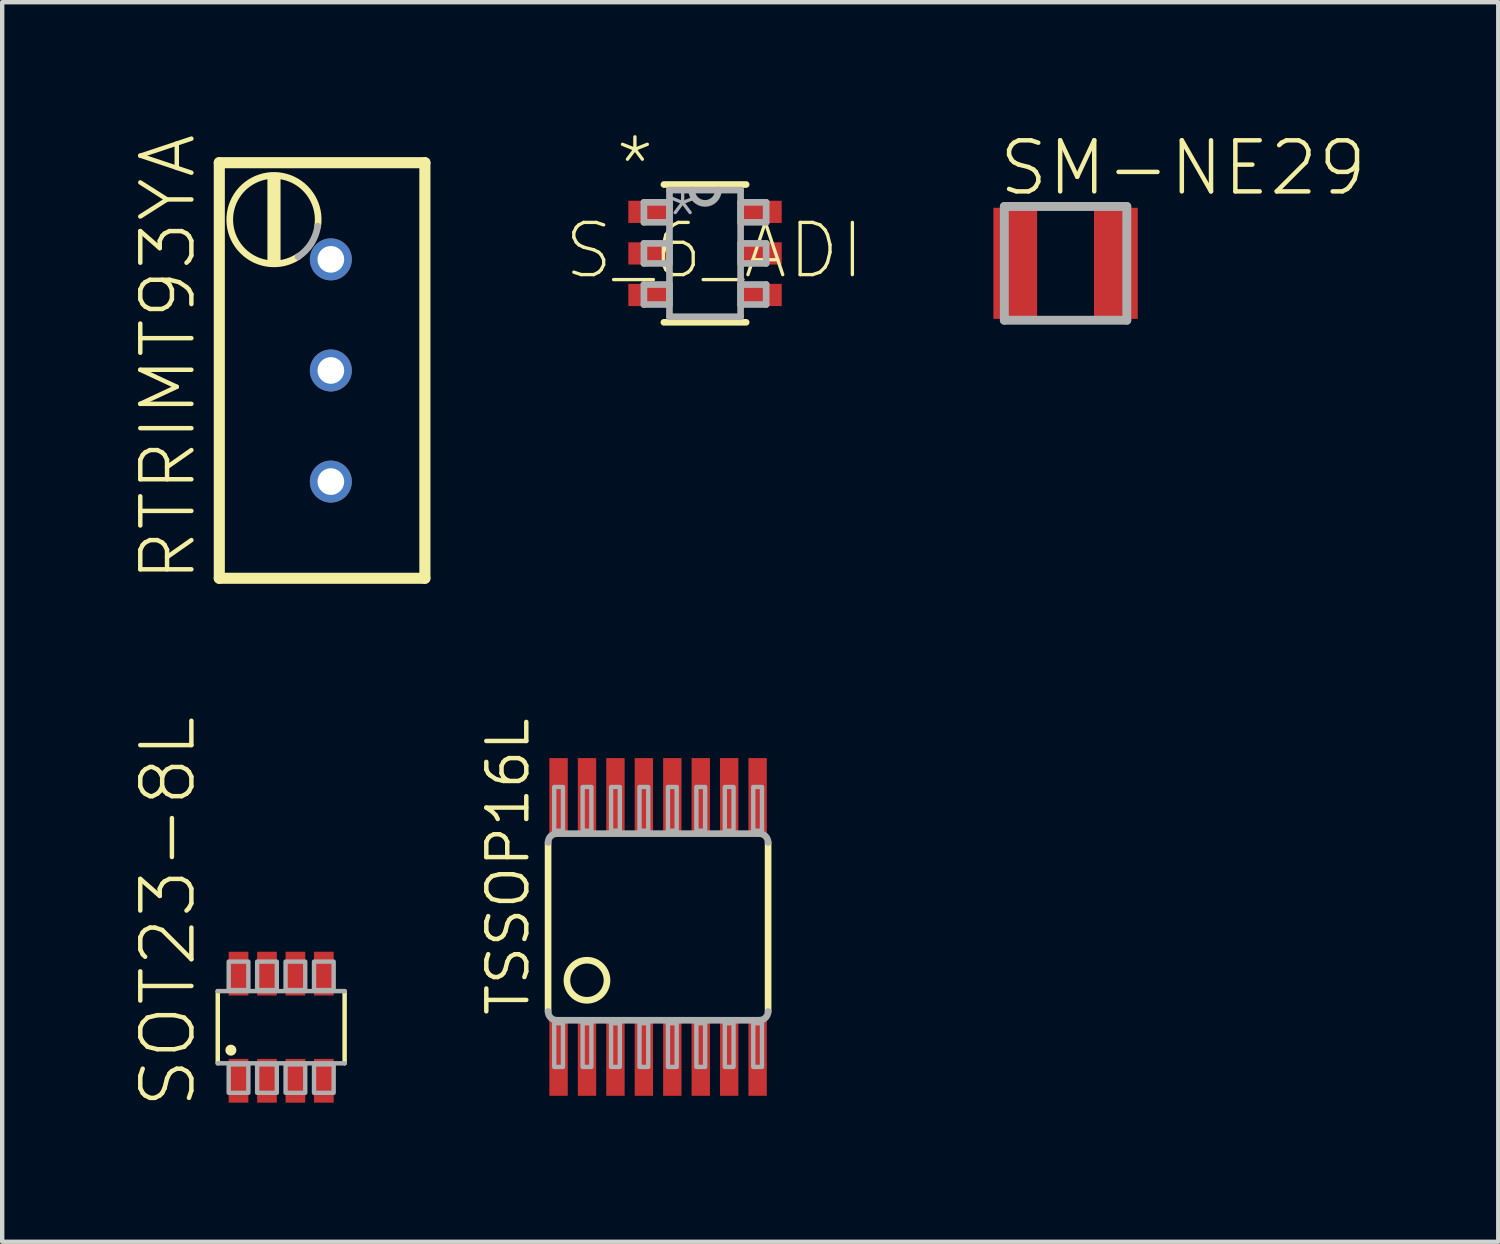
<source format=kicad_pcb>
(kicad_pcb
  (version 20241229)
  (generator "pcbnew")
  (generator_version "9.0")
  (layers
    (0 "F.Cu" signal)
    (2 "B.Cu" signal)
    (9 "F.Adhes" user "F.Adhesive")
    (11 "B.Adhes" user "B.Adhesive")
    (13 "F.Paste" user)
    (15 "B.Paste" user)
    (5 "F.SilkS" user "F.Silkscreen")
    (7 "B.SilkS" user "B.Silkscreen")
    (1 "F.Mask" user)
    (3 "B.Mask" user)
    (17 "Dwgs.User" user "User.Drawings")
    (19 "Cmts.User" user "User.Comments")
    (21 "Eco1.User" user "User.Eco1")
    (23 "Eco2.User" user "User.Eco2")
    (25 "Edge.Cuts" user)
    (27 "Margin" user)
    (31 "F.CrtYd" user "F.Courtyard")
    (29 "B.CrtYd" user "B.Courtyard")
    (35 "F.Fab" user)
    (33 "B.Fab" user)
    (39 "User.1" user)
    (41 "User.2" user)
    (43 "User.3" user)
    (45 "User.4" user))
  (footprint "SM-NE29"
    (layer "F.Cu")
    (at 21.309 2.97)
    (property "Reference" "SM-NE29" (at -1.581 -1.497 0) (layer "F.SilkS") (effects (font (size 1.168 1.168) (thickness 0.102)) (justify left bottom)))
    (fp_line (start -1.4 -1.3) (end 1.4 -1.3) (stroke (width 0.203) (type solid)) (layer "F.Fab"))
    (fp_line (start -1.4 1.3) (end -1.4 -1.3) (stroke (width 0.203) (type solid)) (layer "F.Fab"))
    (fp_line (start 1.4 -1.3) (end 1.4 1.3) (stroke (width 0.203) (type solid)) (layer "F.Fab"))
    (fp_line (start 1.4 1.3) (end -1.4 1.3) (stroke (width 0.203) (type solid)) (layer "F.Fab"))
    (pad "1" smd rect (at -1.15 0) (size 1 2.54) (layers "F.Cu" "F.Mask" "F.Paste"))
    (pad "2" smd rect (at 1.15 0) (size 1 2.54) (layers "F.Cu" "F.Mask" "F.Paste")))
  (footprint "SOT23-8L"
    (layer "F.Cu")
    (at 3.378 20.432)
    (property "Reference" "SOT23-8L" (at -1.905 1.905 90) (layer "F.SilkS") (effects (font (size 1.168 1.168) (thickness 0.102)) (justify left bottom)))
    (fp_line (start -1.45 0.825) (end -1.45 -0.825) (stroke (width 0.102) (type solid)) (layer "F.SilkS"))
    (fp_line (start 1.45 -0.825) (end 1.45 0.825) (stroke (width 0.102) (type solid)) (layer "F.SilkS"))
    (fp_circle (center -1.15 0.525) (end -1.087 0.525) (stroke (width 0.125) (type solid)) (fill yes) (layer "F.SilkS"))
    (fp_line (start -1.45 -0.825) (end 1.45 -0.825) (stroke (width 0.102) (type solid)) (layer "F.Fab"))
    (fp_line (start 1.45 0.825) (end -1.45 0.825) (stroke (width 0.102) (type solid)) (layer "F.Fab"))
    (fp_poly (pts (xy -1.2 1.5) (xy -0.75 1.5) (xy -0.75 0.85) (xy -1.2 0.85)) (stroke (width 0.1) (type default)) (fill no) (layer "F.Fab"))
    (fp_poly (pts (xy -0.75 -1.5) (xy -1.2 -1.5) (xy -1.2 -0.85) (xy -0.75 -0.85)) (stroke (width 0.1) (type default)) (fill no) (layer "F.Fab"))
    (fp_poly (pts (xy -0.55 1.5) (xy -0.1 1.5) (xy -0.1 0.85) (xy -0.55 0.85)) (stroke (width 0.1) (type default)) (fill no) (layer "F.Fab"))
    (fp_poly (pts (xy -0.1 -1.5) (xy -0.55 -1.5) (xy -0.55 -0.85) (xy -0.1 -0.85)) (stroke (width 0.1) (type default)) (fill no) (layer "F.Fab"))
    (fp_poly (pts (xy 0.1 1.5) (xy 0.55 1.5) (xy 0.55 0.85) (xy 0.1 0.85)) (stroke (width 0.1) (type default)) (fill no) (layer "F.Fab"))
    (fp_poly (pts (xy 0.55 -1.5) (xy 0.1 -1.5) (xy 0.1 -0.85) (xy 0.55 -0.85)) (stroke (width 0.1) (type default)) (fill no) (layer "F.Fab"))
    (fp_poly (pts (xy 0.75 1.5) (xy 1.2 1.5) (xy 1.2 0.85) (xy 0.75 0.85)) (stroke (width 0.1) (type default)) (fill no) (layer "F.Fab"))
    (fp_poly (pts (xy 1.2 -1.5) (xy 0.75 -1.5) (xy 0.75 -0.85) (xy 1.2 -0.85)) (stroke (width 0.1) (type default)) (fill no) (layer "F.Fab"))
    (pad "1" smd rect (at -0.975 1.225) (size 0.45 1) (layers "F.Cu" "F.Mask" "F.Paste"))
    (pad "2" smd rect (at -0.325 1.225) (size 0.45 1) (layers "F.Cu" "F.Mask" "F.Paste"))
    (pad "3" smd rect (at 0.325 1.225) (size 0.45 1) (layers "F.Cu" "F.Mask" "F.Paste"))
    (pad "4" smd rect (at 0.975 1.225) (size 0.45 1) (layers "F.Cu" "F.Mask" "F.Paste"))
    (pad "5" smd rect (at 0.975 -1.225 180) (size 0.45 1) (layers "F.Cu" "F.Mask" "F.Paste"))
    (pad "6" smd rect (at 0.325 -1.225 180) (size 0.45 1) (layers "F.Cu" "F.Mask" "F.Paste"))
    (pad "7" smd rect (at -0.325 -1.225 180) (size 0.45 1) (layers "F.Cu" "F.Mask" "F.Paste"))
    (pad "8" smd rect (at -0.975 -1.225 180) (size 0.45 1) (layers "F.Cu" "F.Mask" "F.Paste")))
  (footprint "TSSOP16L"
    (layer "F.Cu")
    (at 11.994 18.14)
    (property "Reference" "TSSOP16L" (at -2.896 2.083 90) (layer "F.SilkS") (effects (font (size 0.914 0.914) (thickness 0.102)) (justify left bottom)))
    (fp_line (start -2.515 1.933) (end -2.515 -1.933) (stroke (width 0.152) (type solid)) (layer "F.SilkS"))
    (fp_line (start 2.515 -1.933) (end 2.515 1.933) (stroke (width 0.152) (type solid)) (layer "F.SilkS"))
    (fp_circle (center -1.626 1.219) (end -1.168 1.219) (stroke (width 0.152) (type solid)) (fill no) (layer "F.SilkS"))
    (fp_line (start -2.315 -2.133) (end 2.315 -2.133) (stroke (width 0.152) (type solid)) (layer "F.Fab"))
    (fp_line (start 2.315 2.133) (end -2.315 2.133) (stroke (width 0.152) (type solid)) (layer "F.Fab"))
    (fp_arc (start -2.5146 -1.9328) (mid -2.456021 -2.074221) (end -2.3146 -2.1328) (stroke (width 0.1524) (type solid)) (layer "F.Fab"))
    (fp_arc (start -2.3146 2.1328) (mid -2.456021 2.074221) (end -2.5146 1.9328) (stroke (width 0.1524) (type solid)) (layer "F.Fab"))
    (fp_arc (start 2.3146 -2.1328) (mid 2.456021 -2.074221) (end 2.5146 -1.9328) (stroke (width 0.1524) (type solid)) (layer "F.Fab"))
    (fp_arc (start 2.5146 1.9328) (mid 2.456021 2.074221) (end 2.3146 2.1328) (stroke (width 0.1524) (type solid)) (layer "F.Fab"))
    (fp_poly (pts (xy -2.375 3.2) (xy -2.175 3.2) (xy -2.175 2.2) (xy -2.375 2.2)) (stroke (width 0.1) (type default)) (fill no) (layer "F.Fab"))
    (fp_poly (pts (xy -2.175 -3.2) (xy -2.375 -3.2) (xy -2.375 -2.2) (xy -2.175 -2.2)) (stroke (width 0.1) (type default)) (fill no) (layer "F.Fab"))
    (fp_poly (pts (xy -1.725 3.2) (xy -1.525 3.2) (xy -1.525 2.2) (xy -1.725 2.2)) (stroke (width 0.1) (type default)) (fill no) (layer "F.Fab"))
    (fp_poly (pts (xy -1.525 -3.2) (xy -1.725 -3.2) (xy -1.725 -2.2) (xy -1.525 -2.2)) (stroke (width 0.1) (type default)) (fill no) (layer "F.Fab"))
    (fp_poly (pts (xy -1.075 3.2) (xy -0.875 3.2) (xy -0.875 2.2) (xy -1.075 2.2)) (stroke (width 0.1) (type default)) (fill no) (layer "F.Fab"))
    (fp_poly (pts (xy -0.875 -3.2) (xy -1.075 -3.2) (xy -1.075 -2.2) (xy -0.875 -2.2)) (stroke (width 0.1) (type default)) (fill no) (layer "F.Fab"))
    (fp_poly (pts (xy -0.425 3.2) (xy -0.225 3.2) (xy -0.225 2.2) (xy -0.425 2.2)) (stroke (width 0.1) (type default)) (fill no) (layer "F.Fab"))
    (fp_poly (pts (xy -0.225 -3.2) (xy -0.425 -3.2) (xy -0.425 -2.2) (xy -0.225 -2.2)) (stroke (width 0.1) (type default)) (fill no) (layer "F.Fab"))
    (fp_poly (pts (xy 0.225 3.2) (xy 0.425 3.2) (xy 0.425 2.2) (xy 0.225 2.2)) (stroke (width 0.1) (type default)) (fill no) (layer "F.Fab"))
    (fp_poly (pts (xy 0.425 -3.2) (xy 0.225 -3.2) (xy 0.225 -2.2) (xy 0.425 -2.2)) (stroke (width 0.1) (type default)) (fill no) (layer "F.Fab"))
    (fp_poly (pts (xy 0.875 3.2) (xy 1.075 3.2) (xy 1.075 2.2) (xy 0.875 2.2)) (stroke (width 0.1) (type default)) (fill no) (layer "F.Fab"))
    (fp_poly (pts (xy 1.075 -3.2) (xy 0.875 -3.2) (xy 0.875 -2.2) (xy 1.075 -2.2)) (stroke (width 0.1) (type default)) (fill no) (layer "F.Fab"))
    (fp_poly (pts (xy 1.525 3.2) (xy 1.725 3.2) (xy 1.725 2.2) (xy 1.525 2.2)) (stroke (width 0.1) (type default)) (fill no) (layer "F.Fab"))
    (fp_poly (pts (xy 1.725 -3.2) (xy 1.525 -3.2) (xy 1.525 -2.2) (xy 1.725 -2.2)) (stroke (width 0.1) (type default)) (fill no) (layer "F.Fab"))
    (fp_poly (pts (xy 2.175 3.2) (xy 2.375 3.2) (xy 2.375 2.2) (xy 2.175 2.2)) (stroke (width 0.1) (type default)) (fill no) (layer "F.Fab"))
    (fp_poly (pts (xy 2.375 -3.2) (xy 2.175 -3.2) (xy 2.175 -2.2) (xy 2.375 -2.2)) (stroke (width 0.1) (type default)) (fill no) (layer "F.Fab"))
    (pad "1" smd rect (at -2.275 2.97) (size 0.42 1.78) (layers "F.Cu" "F.Mask" "F.Paste"))
    (pad "2" smd rect (at -1.625 2.97) (size 0.42 1.78) (layers "F.Cu" "F.Mask" "F.Paste"))
    (pad "3" smd rect (at -0.975 2.97) (size 0.42 1.78) (layers "F.Cu" "F.Mask" "F.Paste"))
    (pad "4" smd rect (at -0.325 2.97) (size 0.42 1.78) (layers "F.Cu" "F.Mask" "F.Paste"))
    (pad "5" smd rect (at 0.325 2.97) (size 0.42 1.78) (layers "F.Cu" "F.Mask" "F.Paste"))
    (pad "6" smd rect (at 0.975 2.97) (size 0.42 1.78) (layers "F.Cu" "F.Mask" "F.Paste"))
    (pad "7" smd rect (at 1.625 2.97) (size 0.42 1.78) (layers "F.Cu" "F.Mask" "F.Paste"))
    (pad "8" smd rect (at 2.275 2.97) (size 0.42 1.78) (layers "F.Cu" "F.Mask" "F.Paste"))
    (pad "9" smd rect (at 2.275 -2.97 180) (size 0.42 1.78) (layers "F.Cu" "F.Mask" "F.Paste"))
    (pad "10" smd rect (at 1.625 -2.97 180) (size 0.42 1.78) (layers "F.Cu" "F.Mask" "F.Paste"))
    (pad "11" smd rect (at 0.975 -2.97 180) (size 0.42 1.78) (layers "F.Cu" "F.Mask" "F.Paste"))
    (pad "12" smd rect (at 0.325 -2.97 180) (size 0.42 1.78) (layers "F.Cu" "F.Mask" "F.Paste"))
    (pad "13" smd rect (at -0.325 -2.97 180) (size 0.42 1.78) (layers "F.Cu" "F.Mask" "F.Paste"))
    (pad "14" smd rect (at -0.975 -2.97 180) (size 0.42 1.78) (layers "F.Cu" "F.Mask" "F.Paste"))
    (pad "15" smd rect (at -1.625 -2.97 180) (size 0.42 1.78) (layers "F.Cu" "F.Mask" "F.Paste"))
    (pad "16" smd rect (at -2.275 -2.97 180) (size 0.42 1.78) (layers "F.Cu" "F.Mask" "F.Paste")))
  (footprint "RTRIMT93YA"
    (layer "F.Cu")
    (at 4.513 5.419)
    (property "Reference" "RTRIMT93YA" (at -3.04 4.89 90) (layer "F.SilkS") (effects (font (size 1.168 1.168) (thickness 0.102)) (justify left bottom)))
    (fp_line (start -2.55 -4.75) (end -2.55 4.75) (stroke (width 0.254) (type solid)) (layer "F.SilkS"))
    (fp_line (start -2.55 4.75) (end 2.15 4.75) (stroke (width 0.254) (type solid)) (layer "F.SilkS"))
    (fp_line (start 2.15 -4.75) (end -2.55 -4.75) (stroke (width 0.254) (type solid)) (layer "F.SilkS"))
    (fp_line (start 2.15 4.75) (end 2.15 -4.75) (stroke (width 0.254) (type solid)) (layer "F.SilkS"))
    (fp_arc (start -0.75 -2.6) (mid -2.150365 -3.994879) (end -0.3 -3.299999) (stroke (width 0.1524) (type solid)) (layer "F.SilkS"))
    (fp_poly (pts (xy -1.45 -2.5) (xy -1.15 -2.5) (xy -1.15 -4.4) (xy -1.45 -4.4)) (stroke (width 0) (type default)) (fill yes) (layer "F.SilkS"))
    (fp_arc (start -0.3 -3.299999) (mid -0.449633 -2.901549) (end -0.75 -2.6) (stroke (width 0.1524) (type solid)) (layer "F.Fab"))
    (pad "1" thru_hole circle (at 0 2.54) (size 0.96 0.96) (drill 0.61) (layers "*.Cu" "*.Mask"))
    (pad "2" thru_hole circle (at 0 0) (size 0.96 0.96) (drill 0.61) (layers "*.Cu" "*.Mask"))
    (pad "3" thru_hole circle (at 0 -2.54) (size 0.96 0.96) (drill 0.61) (layers "*.Cu" "*.Mask")))
  (footprint "S_6_ADI"
    (layer "F.Cu")
    (at 13.067 2.743)
    (property "Reference" "S_6_ADI" (at -3.277 0.635 0) (layer "F.SilkS") (effects (font (size 1.194 1.194) (thickness 0.076)) (justify left bottom)))
    (fp_line (start -0.94 1.575) (end 0.94 1.575) (stroke (width 0.152) (type solid)) (layer "F.SilkS"))
    (fp_line (start 0.94 -1.575) (end -0.94 -1.575) (stroke (width 0.152) (type solid)) (layer "F.SilkS"))
    (fp_line (start -1.397 -1.168) (end -1.397 -0.711) (stroke (width 0.152) (type solid)) (layer "F.Fab"))
    (fp_line (start -1.397 -0.711) (end -0.813 -0.711) (stroke (width 0.152) (type solid)) (layer "F.Fab"))
    (fp_line (start -1.397 -0.229) (end -1.397 0.229) (stroke (width 0.152) (type solid)) (layer "F.Fab"))
    (fp_line (start -1.397 0.229) (end -0.813 0.229) (stroke (width 0.152) (type solid)) (layer "F.Fab"))
    (fp_line (start -1.397 0.711) (end -1.397 1.168) (stroke (width 0.152) (type solid)) (layer "F.Fab"))
    (fp_line (start -1.397 1.168) (end -0.813 1.168) (stroke (width 0.152) (type solid)) (layer "F.Fab"))
    (fp_line (start -0.813 -1.448) (end -0.813 1.448) (stroke (width 0.152) (type solid)) (layer "F.Fab"))
    (fp_line (start -0.813 -1.168) (end -1.397 -1.168) (stroke (width 0.152) (type solid)) (layer "F.Fab"))
    (fp_line (start -0.813 -0.711) (end -0.813 -1.168) (stroke (width 0.152) (type solid)) (layer "F.Fab"))
    (fp_line (start -0.813 -0.229) (end -1.397 -0.229) (stroke (width 0.152) (type solid)) (layer "F.Fab"))
    (fp_line (start -0.813 0.229) (end -0.813 -0.229) (stroke (width 0.152) (type solid)) (layer "F.Fab"))
    (fp_line (start -0.813 0.711) (end -1.397 0.711) (stroke (width 0.152) (type solid)) (layer "F.Fab"))
    (fp_line (start -0.813 1.168) (end -0.813 0.711) (stroke (width 0.152) (type solid)) (layer "F.Fab"))
    (fp_line (start -0.813 1.448) (end 0.813 1.448) (stroke (width 0.152) (type solid)) (layer "F.Fab"))
    (fp_line (start -0.305 -1.448) (end -0.813 -1.448) (stroke (width 0.152) (type solid)) (layer "F.Fab"))
    (fp_line (start 0.305 -1.448) (end -0.305 -1.448) (stroke (width 0.152) (type solid)) (layer "F.Fab"))
    (fp_line (start 0.813 -1.448) (end 0.305 -1.448) (stroke (width 0.152) (type solid)) (layer "F.Fab"))
    (fp_line (start 0.813 -1.168) (end 0.813 -0.711) (stroke (width 0.152) (type solid)) (layer "F.Fab"))
    (fp_line (start 0.813 -0.711) (end 1.397 -0.711) (stroke (width 0.152) (type solid)) (layer "F.Fab"))
    (fp_line (start 0.813 -0.229) (end 0.813 0.229) (stroke (width 0.152) (type solid)) (layer "F.Fab"))
    (fp_line (start 0.813 0.229) (end 1.397 0.229) (stroke (width 0.152) (type solid)) (layer "F.Fab"))
    (fp_line (start 0.813 0.711) (end 0.813 1.168) (stroke (width 0.152) (type solid)) (layer "F.Fab"))
    (fp_line (start 0.813 1.168) (end 1.397 1.168) (stroke (width 0.152) (type solid)) (layer "F.Fab"))
    (fp_line (start 0.813 1.448) (end 0.813 -1.448) (stroke (width 0.152) (type solid)) (layer "F.Fab"))
    (fp_line (start 1.397 -1.168) (end 0.813 -1.168) (stroke (width 0.152) (type solid)) (layer "F.Fab"))
    (fp_line (start 1.397 -0.711) (end 1.397 -1.168) (stroke (width 0.152) (type solid)) (layer "F.Fab"))
    (fp_line (start 1.397 -0.229) (end 0.813 -0.229) (stroke (width 0.152) (type solid)) (layer "F.Fab"))
    (fp_line (start 1.397 0.229) (end 1.397 -0.229) (stroke (width 0.152) (type solid)) (layer "F.Fab"))
    (fp_line (start 1.397 0.711) (end 0.813 0.711) (stroke (width 0.152) (type solid)) (layer "F.Fab"))
    (fp_line (start 1.397 1.168) (end 1.397 0.711) (stroke (width 0.152) (type solid)) (layer "F.Fab"))
    (fp_arc (start 0.3048 -1.4478) (mid 0 -1.143) (end -0.3048 -1.4478) (stroke (width 0.1524) (type solid)) (layer "F.Fab"))
    (fp_text user "*" (at -2.108 -1.321 0) (layer "F.SilkS") (effects (font (size 1.194 1.194) (thickness 0.076)) (justify left bottom)))
    (fp_text user "*" (at -1.016 -0.102 0) (layer "F.Fab") (effects (font (size 1.194 1.194) (thickness 0.076)) (justify left bottom)))
    (pad "1" smd rect (at -1.283 -0.95) (size 0.94 0.508) (layers "F.Cu" "F.Mask" "F.Paste"))
    (pad "2" smd rect (at -1.283 0) (size 0.94 0.508) (layers "F.Cu" "F.Mask" "F.Paste"))
    (pad "3" smd rect (at -1.283 0.95) (size 0.94 0.508) (layers "F.Cu" "F.Mask" "F.Paste"))
    (pad "4" smd rect (at 1.283 0.95) (size 0.94 0.508) (layers "F.Cu" "F.Mask" "F.Paste"))
    (pad "5" smd rect (at 1.283 0) (size 0.94 0.508) (layers "F.Cu" "F.Mask" "F.Paste"))
    (pad "6" smd rect (at 1.283 -0.95) (size 0.94 0.508) (layers "F.Cu" "F.Mask" "F.Paste")))
  (gr_rect
    (start -3 -3)
    (end 31.2 25.337)
    (stroke (width 0.1) (type default))
    (fill no)
    (layer "Edge.Cuts")))
</source>
